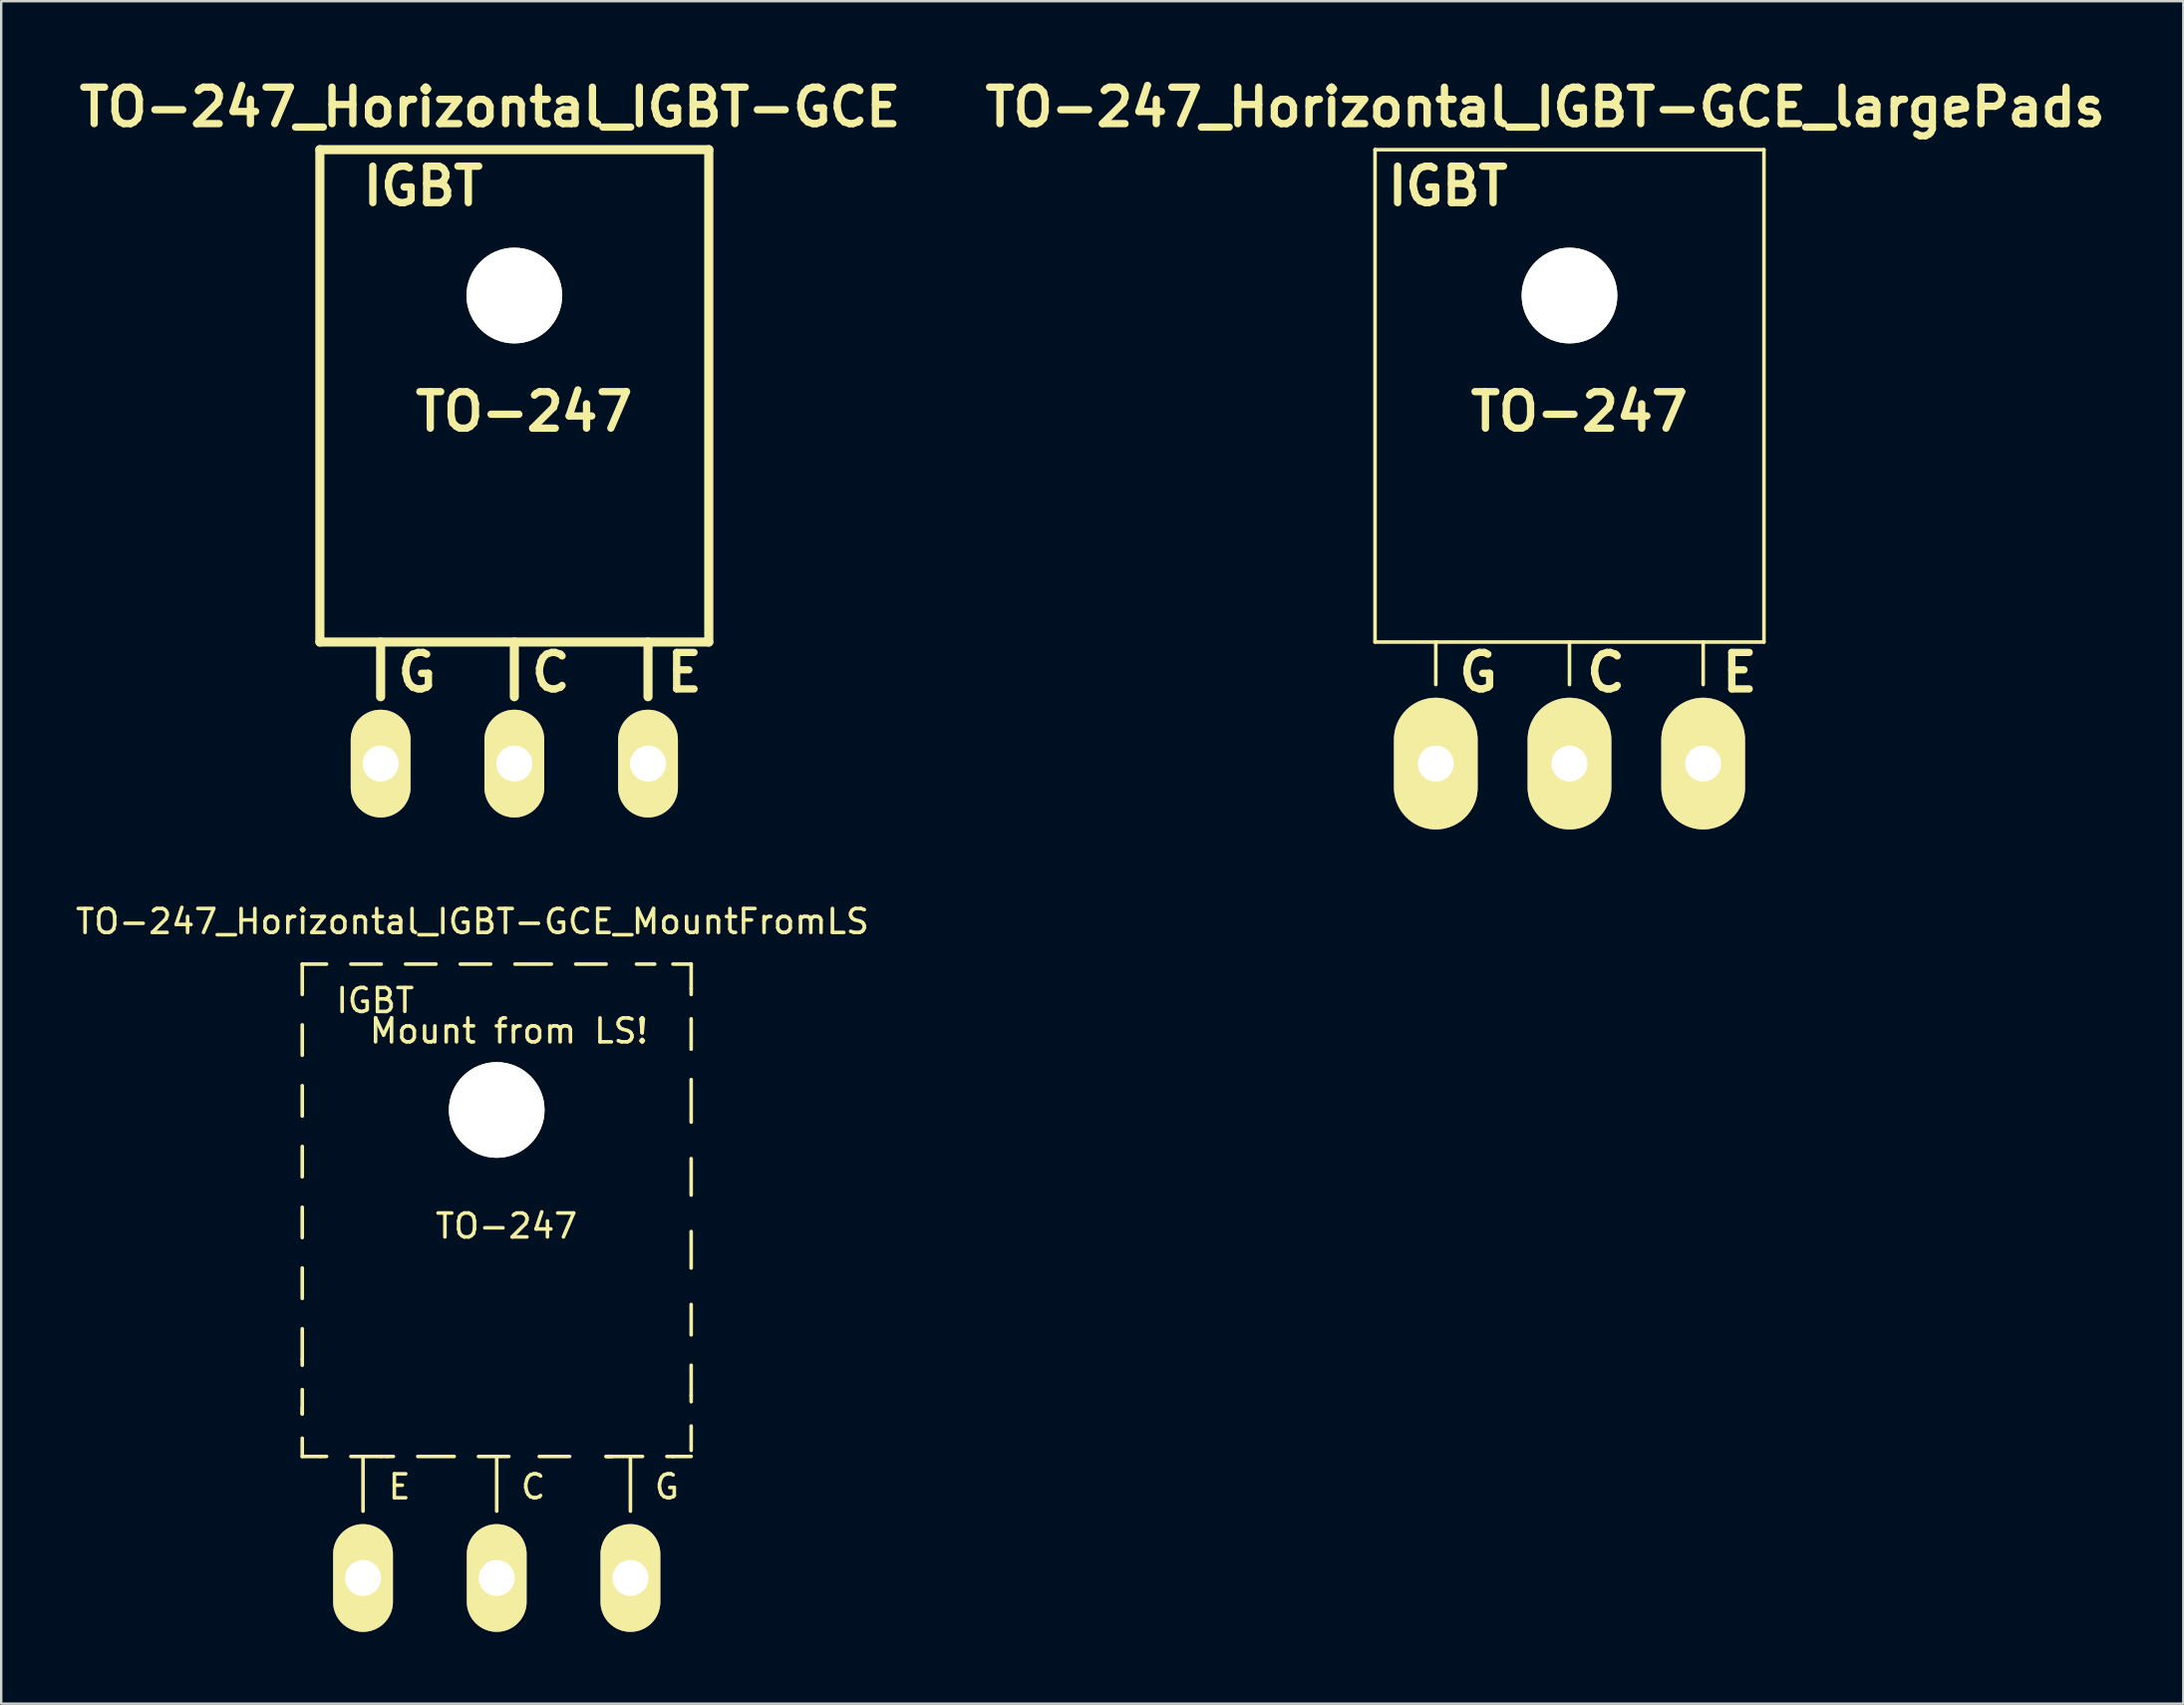
<source format=kicad_pcb>
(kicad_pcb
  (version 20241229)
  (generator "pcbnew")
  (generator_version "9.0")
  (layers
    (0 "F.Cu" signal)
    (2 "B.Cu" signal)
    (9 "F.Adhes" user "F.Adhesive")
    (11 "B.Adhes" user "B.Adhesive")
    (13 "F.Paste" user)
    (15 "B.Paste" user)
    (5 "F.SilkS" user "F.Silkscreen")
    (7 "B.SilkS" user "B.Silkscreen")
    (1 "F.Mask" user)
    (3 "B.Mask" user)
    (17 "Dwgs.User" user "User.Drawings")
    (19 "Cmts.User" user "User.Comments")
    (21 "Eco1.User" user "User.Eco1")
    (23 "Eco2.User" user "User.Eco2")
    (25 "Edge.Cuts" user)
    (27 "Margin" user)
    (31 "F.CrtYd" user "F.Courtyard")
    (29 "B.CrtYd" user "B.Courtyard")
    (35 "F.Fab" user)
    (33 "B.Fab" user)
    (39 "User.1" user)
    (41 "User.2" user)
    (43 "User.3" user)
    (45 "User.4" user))
  (footprint "TO-247_Horizontal_IGBT-GCE"
    (layer "F.Cu")
    (at 18.448 28.858)
    (property "Reference" "TO-247_Horizontal_IGBT-GCE" (at -1.016 -27.432 0) (layer "F.SilkS") (effects (font (size 1.524 1.524) (thickness 0.305))))
    (attr through_hole)
    (fp_line (start -8.128 -25.654) (end 8.128 -25.654) (stroke (width 0.381) (type solid)) (layer "F.SilkS"))
    (fp_line (start -8.128 -5.08) (end -8.128 -25.654) (stroke (width 0.381) (type solid)) (layer "F.SilkS"))
    (fp_line (start -5.588 -2.794) (end -5.588 -5.08) (stroke (width 0.381) (type solid)) (layer "F.SilkS"))
    (fp_line (start 0 -2.794) (end 0 -5.08) (stroke (width 0.381) (type solid)) (layer "F.SilkS"))
    (fp_line (start 5.588 -2.794) (end 5.588 -5.08) (stroke (width 0.381) (type solid)) (layer "F.SilkS"))
    (fp_line (start 8.128 -25.654) (end 8.128 -5.08) (stroke (width 0.381) (type solid)) (layer "F.SilkS"))
    (fp_line (start 8.128 -5.08) (end -8.128 -5.08) (stroke (width 0.381) (type solid)) (layer "F.SilkS"))
    (fp_circle (center 0 -19.558) (end 1.778 -19.558) (stroke (width 0.381) (type solid)) (fill no) (layer "F.SilkS"))
    (fp_text user "IGBT" (at -3.81 -24.13 0) (layer "F.SilkS") (effects (font (size 1.524 1.524) (thickness 0.305))))
    (fp_text user "G" (at -4.064 -3.81 0) (layer "F.SilkS") (effects (font (size 1.524 1.524) (thickness 0.305))))
    (fp_text user "E" (at 7.112 -3.81 0) (layer "F.SilkS") (effects (font (size 1.524 1.524) (thickness 0.305))))
    (fp_text user "TO-247" (at 0.406 -14.707 0) (layer "F.SilkS") (effects (font (size 1.524 1.524) (thickness 0.305))))
    (fp_text user "C" (at 1.524 -3.81 0) (layer "F.SilkS") (effects (font (size 1.524 1.524) (thickness 0.305))))
    (pad "" np_thru_hole circle (at 0 -19.558) (size 4 4) (drill 4) (layers "*.Cu" "*.Mask" "F.SilkS"))
    (pad "C" thru_hole oval (at 0 0 90) (size 4.501 2.499) (drill 1.501) (layers "*.Cu" "*.Mask" "F.SilkS"))
    (pad "E" thru_hole oval (at 5.588 0 90) (size 4.501 2.499) (drill 1.501) (layers "*.Cu" "*.Mask" "F.SilkS"))
    (pad "G" thru_hole oval (at -5.588 0 90) (size 4.501 2.499) (drill 1.501) (layers "*.Cu" "*.Mask" "F.SilkS")))
  (footprint "TO-247_Horizontal_IGBT-GCE_MountFromLS"
    (layer "F.Cu")
    (at 17.712 62.89)
    (property "Reference" "TO-247_Horizontal_IGBT-GCE_MountFromLS" (at -1.016 -27.432 0) (layer "F.SilkS") (effects (font (size 1 1) (thickness 0.15))))
    (attr through_hole)
    (fp_line (start -8.128 -25.654) (end -8.128 -24.384) (stroke (width 0.15) (type solid)) (layer "F.SilkS"))
    (fp_line (start -8.128 -25.654) (end -7.112 -25.654) (stroke (width 0.15) (type solid)) (layer "F.SilkS"))
    (fp_line (start -8.128 -23.114) (end -8.128 -21.844) (stroke (width 0.15) (type solid)) (layer "F.SilkS"))
    (fp_line (start -8.128 -20.574) (end -8.128 -19.304) (stroke (width 0.15) (type solid)) (layer "F.SilkS"))
    (fp_line (start -8.128 -18.034) (end -8.128 -16.764) (stroke (width 0.15) (type solid)) (layer "F.SilkS"))
    (fp_line (start -8.128 -15.494) (end -8.128 -14.224) (stroke (width 0.15) (type solid)) (layer "F.SilkS"))
    (fp_line (start -8.128 -12.954) (end -8.128 -11.684) (stroke (width 0.15) (type solid)) (layer "F.SilkS"))
    (fp_line (start -8.128 -10.414) (end -8.128 -9.144) (stroke (width 0.15) (type solid)) (layer "F.SilkS"))
    (fp_line (start -8.128 -9.144) (end -8.128 -8.89) (stroke (width 0.15) (type solid)) (layer "F.SilkS"))
    (fp_line (start -8.128 -7.874) (end -8.128 -6.858) (stroke (width 0.15) (type solid)) (layer "F.SilkS"))
    (fp_line (start -8.128 -6.858) (end -8.128 -7.112) (stroke (width 0.15) (type solid)) (layer "F.SilkS"))
    (fp_line (start -8.128 -5.842) (end -8.128 -5.08) (stroke (width 0.15) (type solid)) (layer "F.SilkS"))
    (fp_line (start -8.128 -5.08) (end -7.366 -5.08) (stroke (width 0.15) (type solid)) (layer "F.SilkS"))
    (fp_line (start -7.366 -5.08) (end -7.112 -5.08) (stroke (width 0.15) (type solid)) (layer "F.SilkS"))
    (fp_line (start -6.096 -25.654) (end -4.826 -25.654) (stroke (width 0.15) (type solid)) (layer "F.SilkS"))
    (fp_line (start -6.096 -5.08) (end -4.826 -5.08) (stroke (width 0.15) (type solid)) (layer "F.SilkS"))
    (fp_line (start -5.588 -2.794) (end -5.588 -5.08) (stroke (width 0.15) (type solid)) (layer "F.SilkS"))
    (fp_line (start -4.826 -5.08) (end -4.572 -5.08) (stroke (width 0.15) (type solid)) (layer "F.SilkS"))
    (fp_line (start -4.572 -5.08) (end -4.318 -5.08) (stroke (width 0.15) (type solid)) (layer "F.SilkS"))
    (fp_line (start -3.81 -25.654) (end -2.54 -25.654) (stroke (width 0.15) (type solid)) (layer "F.SilkS"))
    (fp_line (start -3.302 -5.08) (end -1.778 -5.08) (stroke (width 0.15) (type solid)) (layer "F.SilkS"))
    (fp_line (start -1.524 -25.654) (end -0.254 -25.654) (stroke (width 0.15) (type solid)) (layer "F.SilkS"))
    (fp_line (start -0.762 -5.08) (end 0.508 -5.08) (stroke (width 0.15) (type solid)) (layer "F.SilkS"))
    (fp_line (start 0 -2.794) (end 0 -5.08) (stroke (width 0.15) (type solid)) (layer "F.SilkS"))
    (fp_line (start 0.762 -25.654) (end 2.286 -25.654) (stroke (width 0.15) (type solid)) (layer "F.SilkS"))
    (fp_line (start 1.778 -5.08) (end 3.048 -5.08) (stroke (width 0.15) (type solid)) (layer "F.SilkS"))
    (fp_line (start 3.302 -25.654) (end 4.572 -25.654) (stroke (width 0.15) (type solid)) (layer "F.SilkS"))
    (fp_line (start 4.572 -5.08) (end 4.826 -5.08) (stroke (width 0.15) (type solid)) (layer "F.SilkS"))
    (fp_line (start 5.588 -2.794) (end 5.588 -5.08) (stroke (width 0.15) (type solid)) (layer "F.SilkS"))
    (fp_line (start 5.842 -25.654) (end 6.604 -25.654) (stroke (width 0.15) (type solid)) (layer "F.SilkS"))
    (fp_line (start 6.096 -5.08) (end 4.572 -5.08) (stroke (width 0.15) (type solid)) (layer "F.SilkS"))
    (fp_line (start 7.366 -25.654) (end 8.128 -25.654) (stroke (width 0.15) (type solid)) (layer "F.SilkS"))
    (fp_line (start 7.366 -5.08) (end 7.112 -5.08) (stroke (width 0.15) (type solid)) (layer "F.SilkS"))
    (fp_line (start 8.128 -25.654) (end 8.128 -24.638) (stroke (width 0.15) (type solid)) (layer "F.SilkS"))
    (fp_line (start 8.128 -24.638) (end 8.128 -24.384) (stroke (width 0.15) (type solid)) (layer "F.SilkS"))
    (fp_line (start 8.128 -23.368) (end 8.128 -22.098) (stroke (width 0.15) (type solid)) (layer "F.SilkS"))
    (fp_line (start 8.128 -20.828) (end 8.128 -19.05) (stroke (width 0.15) (type solid)) (layer "F.SilkS"))
    (fp_line (start 8.128 -17.526) (end 8.128 -16.002) (stroke (width 0.15) (type solid)) (layer "F.SilkS"))
    (fp_line (start 8.128 -14.478) (end 8.128 -12.954) (stroke (width 0.15) (type solid)) (layer "F.SilkS"))
    (fp_line (start 8.128 -11.43) (end 8.128 -10.16) (stroke (width 0.15) (type solid)) (layer "F.SilkS"))
    (fp_line (start 8.128 -8.89) (end 8.128 -7.62) (stroke (width 0.15) (type solid)) (layer "F.SilkS"))
    (fp_line (start 8.128 -7.62) (end 8.128 -7.366) (stroke (width 0.15) (type solid)) (layer "F.SilkS"))
    (fp_line (start 8.128 -6.35) (end 8.128 -5.334) (stroke (width 0.15) (type solid)) (layer "F.SilkS"))
    (fp_line (start 8.128 -5.08) (end 7.366 -5.08) (stroke (width 0.15) (type solid)) (layer "F.SilkS"))
    (fp_circle (center 0 -19.558) (end 1.778 -19.558) (stroke (width 0.15) (type solid)) (fill no) (layer "F.SilkS"))
    (fp_text user "G" (at 7.112 -3.81 0) (layer "F.SilkS") (effects (font (size 1 1) (thickness 0.15))))
    (fp_text user "TO-247" (at 0.406 -14.707 0) (layer "F.SilkS") (effects (font (size 1 1) (thickness 0.15))))
    (fp_text user "E" (at -4.064 -3.81 0) (layer "F.SilkS") (effects (font (size 1 1) (thickness 0.15))))
    (fp_text user "C" (at 1.524 -3.81 0) (layer "F.SilkS") (effects (font (size 1 1) (thickness 0.15))))
    (fp_text user "Mount from LS!" (at 0.508 -22.86 0) (layer "F.SilkS") (effects (font (size 1 1) (thickness 0.15))))
    (fp_text user "IGBT" (at -5.08 -24.13 0) (layer "F.SilkS") (effects (font (size 1 1) (thickness 0.15))))
    (pad "" np_thru_hole circle (at 0 -19.558) (size 4 4) (drill 4) (layers "*.Cu" "*.Mask" "F.SilkS"))
    (pad "C" thru_hole oval (at 0 0 90) (size 4.501 2.499) (drill 1.501) (layers "*.Cu" "*.Mask" "F.SilkS"))
    (pad "E" thru_hole oval (at -5.588 0 90) (size 4.501 2.499) (drill 1.501) (layers "*.Cu" "*.Mask" "F.SilkS"))
    (pad "G" thru_hole oval (at 5.588 0 90) (size 4.501 2.499) (drill 1.501) (layers "*.Cu" "*.Mask" "F.SilkS")))
  (footprint "TO-247_Horizontal_IGBT-GCE_largePads"
    (layer "F.Cu")
    (at 62.552 28.858)
    (property "Reference" "TO-247_Horizontal_IGBT-GCE_largePads" (at -1.016 -27.432 0) (layer "F.SilkS") (effects (font (size 1.524 1.524) (thickness 0.305))))
    (attr through_hole)
    (fp_line (start -8.128 -25.654) (end 8.128 -25.654) (stroke (width 0.15) (type solid)) (layer "F.SilkS"))
    (fp_line (start -8.128 -5.08) (end -8.128 -25.654) (stroke (width 0.15) (type solid)) (layer "F.SilkS"))
    (fp_line (start -5.588 -3.302) (end -5.588 -5.08) (stroke (width 0.15) (type solid)) (layer "F.SilkS"))
    (fp_line (start 0 -3.302) (end 0 -5.08) (stroke (width 0.15) (type solid)) (layer "F.SilkS"))
    (fp_line (start 5.588 -3.302) (end 5.588 -5.08) (stroke (width 0.15) (type solid)) (layer "F.SilkS"))
    (fp_line (start 8.128 -25.654) (end 8.128 -5.08) (stroke (width 0.15) (type solid)) (layer "F.SilkS"))
    (fp_line (start 8.128 -5.08) (end -8.128 -5.08) (stroke (width 0.15) (type solid)) (layer "F.SilkS"))
    (fp_circle (center 0 -19.558) (end 1.778 -19.558) (stroke (width 0.15) (type solid)) (fill no) (layer "F.SilkS"))
    (fp_text user "C" (at 1.524 -3.81 0) (layer "F.SilkS") (effects (font (size 1.524 1.524) (thickness 0.305))))
    (fp_text user "TO-247" (at 0.406 -14.707 0) (layer "F.SilkS") (effects (font (size 1.524 1.524) (thickness 0.305))))
    (fp_text user "G" (at -3.81 -3.81 0) (layer "F.SilkS") (effects (font (size 1.524 1.524) (thickness 0.305))))
    (fp_text user "E" (at 7.112 -3.81 0) (layer "F.SilkS") (effects (font (size 1.524 1.524) (thickness 0.305))))
    (fp_text user "IGBT" (at -5.08 -24.13 0) (layer "F.SilkS") (effects (font (size 1.524 1.524) (thickness 0.305))))
    (pad "" np_thru_hole circle (at 0 -19.558) (size 4 4) (drill 4) (layers "*.Cu" "*.Mask" "F.SilkS"))
    (pad "C" thru_hole oval (at 0 0 90) (size 5.502 3.5) (drill 1.501) (layers "*.Cu" "*.Mask" "F.SilkS"))
    (pad "E" thru_hole oval (at 5.588 0 90) (size 5.502 3.5) (drill 1.501) (layers "*.Cu" "*.Mask" "F.SilkS"))
    (pad "G" thru_hole oval (at -5.588 0 90) (size 5.502 3.5) (drill 1.501) (layers "*.Cu" "*.Mask" "F.SilkS")))
  (gr_rect
    (start -3 -3)
    (end 88.209 68.14)
    (stroke (width 0.1) (type default))
    (fill no)
    (layer "Edge.Cuts")))
</source>
